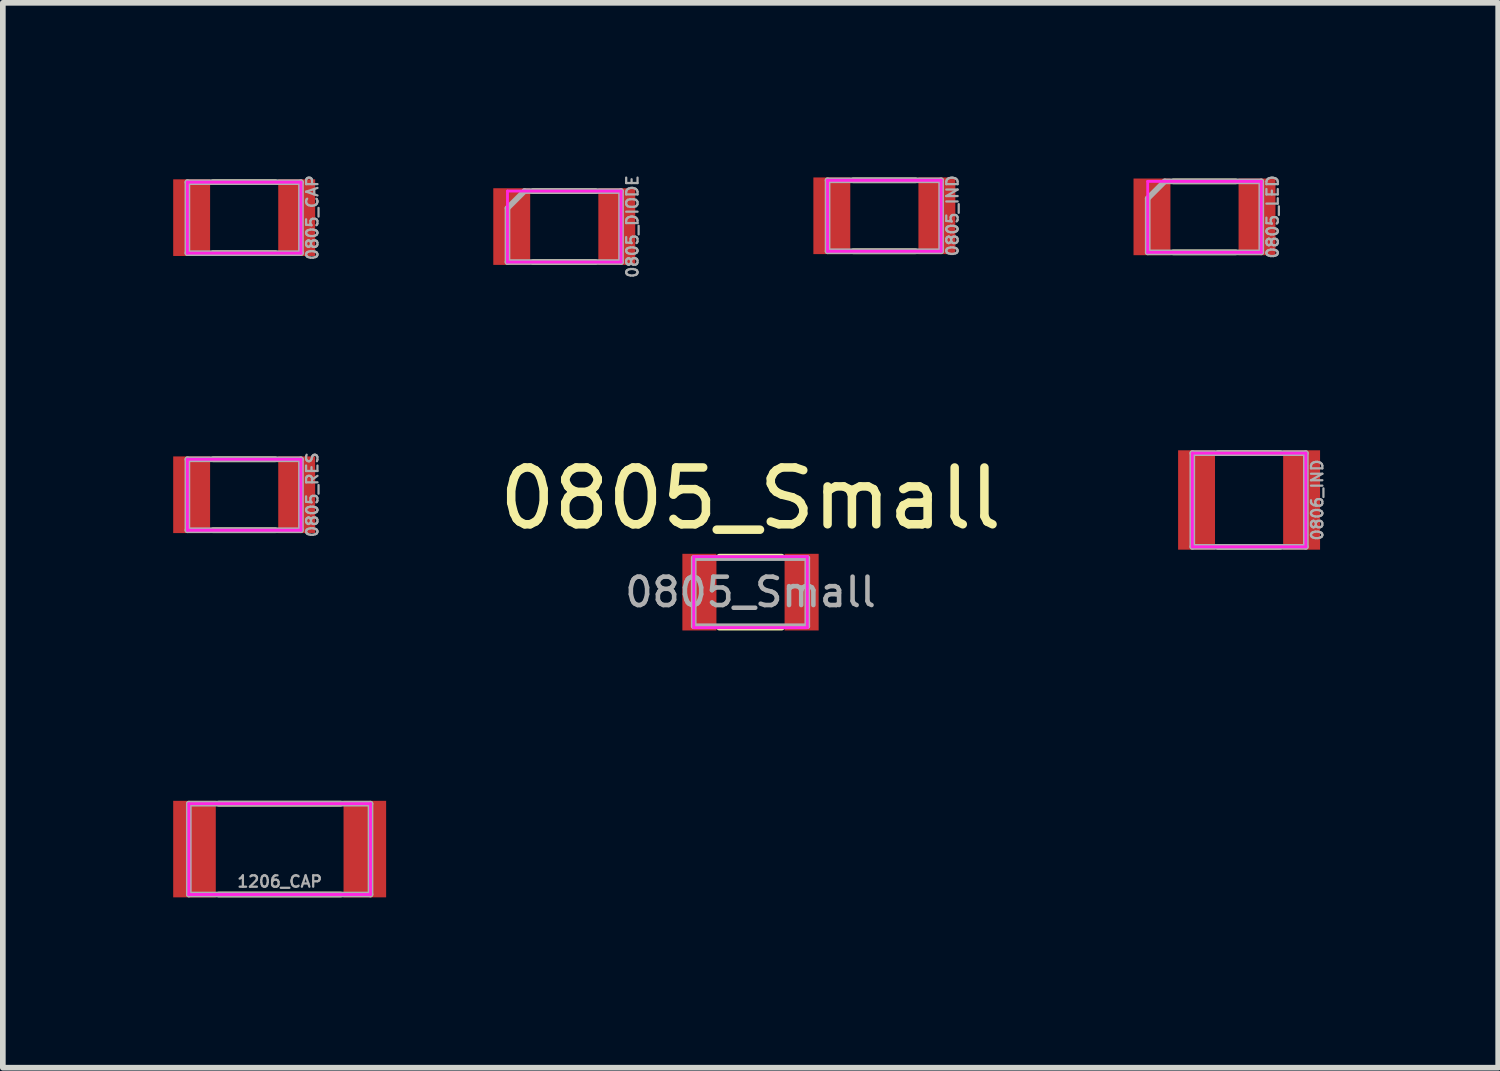
<source format=kicad_pcb>
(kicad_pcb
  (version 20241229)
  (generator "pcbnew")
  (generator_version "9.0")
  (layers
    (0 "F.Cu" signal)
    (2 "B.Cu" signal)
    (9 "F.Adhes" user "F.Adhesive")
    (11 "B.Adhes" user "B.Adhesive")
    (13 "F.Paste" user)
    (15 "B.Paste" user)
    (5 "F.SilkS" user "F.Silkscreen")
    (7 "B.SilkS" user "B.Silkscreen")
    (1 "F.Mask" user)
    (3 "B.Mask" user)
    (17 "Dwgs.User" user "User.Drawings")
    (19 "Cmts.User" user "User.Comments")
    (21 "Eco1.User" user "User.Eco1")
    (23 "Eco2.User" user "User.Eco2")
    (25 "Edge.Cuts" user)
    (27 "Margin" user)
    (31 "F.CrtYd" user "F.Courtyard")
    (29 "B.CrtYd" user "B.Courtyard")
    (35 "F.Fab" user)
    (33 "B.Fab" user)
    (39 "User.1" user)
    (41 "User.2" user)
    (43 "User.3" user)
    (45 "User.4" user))
  (footprint "0805_Small"
    (layer "F.Cu")
    (at 10.167 7.378)
    (property "Reference" "0805_Small" (at 0 -1.65 0) (layer "F.SilkS") (effects (font (size 1 1) (thickness 0.15))))
    (attr smd)
    (fp_line (start -0.55 -0.625) (end 0.55 -0.625) (stroke (width 0.1) (type solid)) (layer "F.SilkS"))
    (fp_line (start 0.55 0.625) (end -0.55 0.625) (stroke (width 0.1) (type solid)) (layer "F.SilkS"))
    (fp_line (start -1 -0.625) (end 1 -0.625) (stroke (width 0.05) (type solid)) (layer "F.CrtYd"))
    (fp_line (start -1 0.625) (end -1 -0.625) (stroke (width 0.05) (type solid)) (layer "F.CrtYd"))
    (fp_line (start 1 -0.625) (end 1 0.625) (stroke (width 0.05) (type solid)) (layer "F.CrtYd"))
    (fp_line (start 1 0.625) (end -1 0.625) (stroke (width 0.05) (type solid)) (layer "F.CrtYd"))
    (fp_line (start -1 -0.6) (end 1 -0.6) (stroke (width 0.1) (type solid)) (layer "F.Fab"))
    (fp_line (start -1 0.6) (end -1 -0.6) (stroke (width 0.1) (type solid)) (layer "F.Fab"))
    (fp_line (start 1 -0.6) (end 1 0.6) (stroke (width 0.1) (type solid)) (layer "F.Fab"))
    (fp_line (start 1 0.6) (end -1 0.6) (stroke (width 0.1) (type solid)) (layer "F.Fab"))
    (fp_text user "${REFERENCE}" (at 0 0 0) (layer "F.Fab") (effects (font (size 0.5 0.5) (thickness 0.08))))
    (pad "1" smd rect (at -0.9 0) (size 0.6 1.35) (layers "F.Cu" "F.Mask" "F.Paste"))
    (pad "2" smd rect (at 0.9 0) (size 0.6 1.35) (layers "F.Cu" "F.Mask" "F.Paste")))
  (footprint "0805_CAP"
    (layer "F.Cu")
    (at 1.25 0.783)
    (property "Reference" "0805_CAP" (at 1.2 0 90) (layer "F.Fab") (effects (font (size 0.2 0.2) (thickness 0.04))))
    (attr smd)
    (fp_line (start -0.55 -0.625) (end 0.55 -0.625) (stroke (width 0.1) (type solid)) (layer "F.SilkS"))
    (fp_line (start 0.55 0.625) (end -0.55 0.625) (stroke (width 0.1) (type solid)) (layer "F.SilkS"))
    (fp_line (start -1 -0.625) (end 1 -0.625) (stroke (width 0.05) (type solid)) (layer "F.CrtYd"))
    (fp_line (start -1 0.625) (end -1 -0.625) (stroke (width 0.05) (type solid)) (layer "F.CrtYd"))
    (fp_line (start 1 -0.625) (end 1 0.625) (stroke (width 0.05) (type solid)) (layer "F.CrtYd"))
    (fp_line (start 1 0.625) (end -1 0.625) (stroke (width 0.05) (type solid)) (layer "F.CrtYd"))
    (fp_line (start -1 -0.625) (end 1 -0.625) (stroke (width 0.1) (type solid)) (layer "F.Fab"))
    (fp_line (start -1 0.625) (end -1 -0.625) (stroke (width 0.1) (type solid)) (layer "F.Fab"))
    (fp_line (start 1 -0.625) (end 1 0.625) (stroke (width 0.1) (type solid)) (layer "F.Fab"))
    (fp_line (start 1 0.625) (end -1 0.625) (stroke (width 0.1) (type solid)) (layer "F.Fab"))
    (pad "1" smd rect (at -0.925 0) (size 0.65 1.35) (layers "F.Cu" "F.Mask" "F.Paste"))
    (pad "2" smd rect (at 0.925 0) (size 0.65 1.35) (layers "F.Cu" "F.Mask" "F.Paste")))
  (footprint "0805_RES"
    (layer "F.Cu")
    (at 1.25 5.663)
    (property "Reference" "0805_RES" (at 1.2 0 90) (layer "F.Fab") (effects (font (size 0.2 0.2) (thickness 0.04))))
    (attr smd)
    (fp_line (start -0.55 -0.625) (end 0.55 -0.625) (stroke (width 0.1) (type solid)) (layer "F.SilkS"))
    (fp_line (start 0.55 0.625) (end -0.55 0.625) (stroke (width 0.1) (type solid)) (layer "F.SilkS"))
    (fp_line (start -1 -0.625) (end 1 -0.625) (stroke (width 0.05) (type solid)) (layer "F.CrtYd"))
    (fp_line (start -1 0.625) (end -1 -0.625) (stroke (width 0.05) (type solid)) (layer "F.CrtYd"))
    (fp_line (start 1 -0.625) (end 1 0.625) (stroke (width 0.05) (type solid)) (layer "F.CrtYd"))
    (fp_line (start 1 0.625) (end -1 0.625) (stroke (width 0.05) (type solid)) (layer "F.CrtYd"))
    (fp_line (start -1 -0.625) (end 1 -0.625) (stroke (width 0.1) (type solid)) (layer "F.Fab"))
    (fp_line (start -1 0.625) (end -1 -0.625) (stroke (width 0.1) (type solid)) (layer "F.Fab"))
    (fp_line (start 1 -0.625) (end 1 0.625) (stroke (width 0.1) (type solid)) (layer "F.Fab"))
    (fp_line (start 1 0.625) (end -1 0.625) (stroke (width 0.1) (type solid)) (layer "F.Fab"))
    (pad "1" smd rect (at -0.925 0) (size 0.65 1.35) (layers "F.Cu" "F.Mask" "F.Paste"))
    (pad "2" smd rect (at 0.925 0) (size 0.65 1.35) (layers "F.Cu" "F.Mask" "F.Paste")))
  (footprint "0805_IND"
    (layer "F.Cu")
    (at 12.524 0.75)
    (property "Reference" "0805_IND" (at 1.2 0 90) (layer "F.Fab") (effects (font (size 0.2 0.2) (thickness 0.04))))
    (attr smd)
    (fp_line (start -0.55 -0.625) (end 0.55 -0.625) (stroke (width 0.1) (type solid)) (layer "F.SilkS"))
    (fp_line (start 0.55 0.625) (end -0.55 0.625) (stroke (width 0.1) (type solid)) (layer "F.SilkS"))
    (fp_line (start -1 -0.625) (end 1 -0.625) (stroke (width 0.05) (type solid)) (layer "F.CrtYd"))
    (fp_line (start -1 0.625) (end -1 -0.625) (stroke (width 0.05) (type solid)) (layer "F.CrtYd"))
    (fp_line (start 1 -0.625) (end 1 0.625) (stroke (width 0.05) (type solid)) (layer "F.CrtYd"))
    (fp_line (start 1 0.625) (end -1 0.625) (stroke (width 0.05) (type solid)) (layer "F.CrtYd"))
    (fp_line (start -1 -0.625) (end 1 -0.625) (stroke (width 0.1) (type solid)) (layer "F.Fab"))
    (fp_line (start -1 0.625) (end -1 -0.625) (stroke (width 0.1) (type solid)) (layer "F.Fab"))
    (fp_line (start 1 -0.625) (end 1 0.625) (stroke (width 0.1) (type solid)) (layer "F.Fab"))
    (fp_line (start 1 0.625) (end -1 0.625) (stroke (width 0.1) (type solid)) (layer "F.Fab"))
    (pad "1" smd rect (at -0.925 0) (size 0.65 1.35) (layers "F.Cu" "F.Mask" "F.Paste"))
    (pad "2" smd rect (at 0.925 0) (size 0.65 1.35) (layers "F.Cu" "F.Mask" "F.Paste")))
  (footprint "0806_IND"
    (layer "F.Cu")
    (at 18.947 5.755)
    (property "Reference" "0806_IND" (at 1.2 0 90) (layer "F.Fab") (effects (font (size 0.2 0.2) (thickness 0.04))))
    (attr smd)
    (fp_line (start -0.55 -0.825) (end 0.55 -0.825) (stroke (width 0.1) (type solid)) (layer "F.SilkS"))
    (fp_line (start 0.55 0.825) (end -0.55 0.825) (stroke (width 0.1) (type solid)) (layer "F.SilkS"))
    (fp_line (start -1 -0.825) (end 1 -0.825) (stroke (width 0.05) (type solid)) (layer "F.CrtYd"))
    (fp_line (start -1 0.825) (end -1 -0.825) (stroke (width 0.05) (type solid)) (layer "F.CrtYd"))
    (fp_line (start 1 -0.825) (end 1 0.825) (stroke (width 0.05) (type solid)) (layer "F.CrtYd"))
    (fp_line (start 1 0.825) (end -1 0.825) (stroke (width 0.05) (type solid)) (layer "F.CrtYd"))
    (fp_line (start -1 -0.825) (end 1 -0.825) (stroke (width 0.1) (type solid)) (layer "F.Fab"))
    (fp_line (start -1 0.825) (end -1 -0.825) (stroke (width 0.1) (type solid)) (layer "F.Fab"))
    (fp_line (start 1 -0.825) (end 1 0.825) (stroke (width 0.1) (type solid)) (layer "F.Fab"))
    (fp_line (start 1 0.825) (end -1 0.825) (stroke (width 0.1) (type solid)) (layer "F.Fab"))
    (pad "1" smd rect (at -0.925 0) (size 0.65 1.75) (layers "F.Cu" "F.Mask" "F.Paste"))
    (pad "2" smd rect (at 0.925 0) (size 0.65 1.75) (layers "F.Cu" "F.Mask" "F.Paste")))
  (footprint "0805_LED"
    (layer "F.Cu")
    (at 18.162 0.769)
    (property "Reference" "0805_LED" (at 1.2 0 90) (layer "F.Fab") (effects (font (size 0.2 0.2) (thickness 0.04))))
    (attr smd)
    (fp_line (start -0.55 -0.625) (end 0.55 -0.625) (stroke (width 0.1) (type solid)) (layer "F.SilkS"))
    (fp_line (start 0.55 0.625) (end -0.55 0.625) (stroke (width 0.1) (type solid)) (layer "F.SilkS"))
    (fp_line (start -1 -0.625) (end 1 -0.625) (stroke (width 0.05) (type solid)) (layer "F.CrtYd"))
    (fp_line (start -1 0.625) (end -1 -0.625) (stroke (width 0.05) (type solid)) (layer "F.CrtYd"))
    (fp_line (start 1 -0.625) (end 1 0.625) (stroke (width 0.05) (type solid)) (layer "F.CrtYd"))
    (fp_line (start 1 0.625) (end -1 0.625) (stroke (width 0.05) (type solid)) (layer "F.CrtYd"))
    (fp_line (start -1 -0.325) (end -0.7 -0.625) (stroke (width 0.1) (type solid)) (layer "F.Fab"))
    (fp_line (start -1 0.625) (end -1 -0.325) (stroke (width 0.1) (type solid)) (layer "F.Fab"))
    (fp_line (start -0.7 -0.625) (end 1 -0.625) (stroke (width 0.1) (type solid)) (layer "F.Fab"))
    (fp_line (start 1 -0.625) (end 1 0.625) (stroke (width 0.1) (type solid)) (layer "F.Fab"))
    (fp_line (start 1 0.625) (end -1 0.625) (stroke (width 0.1) (type solid)) (layer "F.Fab"))
    (pad "1" smd rect (at -0.925 0) (size 0.65 1.35) (layers "F.Cu" "F.Mask" "F.Paste"))
    (pad "2" smd rect (at 0.925 0) (size 0.65 1.35) (layers "F.Cu" "F.Mask" "F.Paste")))
  (footprint "1206_CAP"
    (layer "F.Cu")
    (at 1.875 11.903)
    (property "Reference" "1206_CAP" (at 0 0.572 180) (layer "F.Fab") (effects (font (size 0.2 0.2) (thickness 0.04))))
    (attr smd)
    (fp_line (start -1.075 -0.8) (end 1.075 -0.8) (stroke (width 0.1) (type solid)) (layer "F.SilkS"))
    (fp_line (start 1.075 0.8) (end -1.075 0.8) (stroke (width 0.1) (type solid)) (layer "F.SilkS"))
    (fp_line (start -1.6 -0.8) (end 1.6 -0.8) (stroke (width 0.05) (type solid)) (layer "F.CrtYd"))
    (fp_line (start -1.6 0.8) (end -1.6 -0.8) (stroke (width 0.05) (type solid)) (layer "F.CrtYd"))
    (fp_line (start 1.6 -0.8) (end 1.6 0.8) (stroke (width 0.05) (type solid)) (layer "F.CrtYd"))
    (fp_line (start 1.6 0.8) (end -1.6 0.8) (stroke (width 0.05) (type solid)) (layer "F.CrtYd"))
    (fp_line (start -1.6 -0.8) (end 1.6 -0.8) (stroke (width 0.1) (type solid)) (layer "F.Fab"))
    (fp_line (start -1.6 0.8) (end -1.6 -0.8) (stroke (width 0.1) (type solid)) (layer "F.Fab"))
    (fp_line (start 1.6 -0.8) (end 1.6 0.8) (stroke (width 0.1) (type solid)) (layer "F.Fab"))
    (fp_line (start 1.6 0.8) (end -1.6 0.8) (stroke (width 0.1) (type solid)) (layer "F.Fab"))
    (pad "1" smd rect (at -1.5 0) (size 0.75 1.7) (layers "F.Cu" "F.Mask" "F.Paste"))
    (pad "2" smd rect (at 1.5 0) (size 0.75 1.7) (layers "F.Cu" "F.Mask" "F.Paste")))
  (footprint "0805_DIODE"
    (layer "F.Cu")
    (at 6.887 0.94)
    (property "Reference" "0805_DIODE" (at 1.2 0 90) (layer "F.Fab") (effects (font (size 0.2 0.2) (thickness 0.04))))
    (attr smd)
    (fp_line (start -0.55 -0.625) (end 0.55 -0.625) (stroke (width 0.1) (type solid)) (layer "F.SilkS"))
    (fp_line (start 0.55 0.625) (end -0.55 0.625) (stroke (width 0.1) (type solid)) (layer "F.SilkS"))
    (fp_line (start -1 -0.625) (end 1 -0.625) (stroke (width 0.05) (type solid)) (layer "F.CrtYd"))
    (fp_line (start -1 0.625) (end -1 -0.625) (stroke (width 0.05) (type solid)) (layer "F.CrtYd"))
    (fp_line (start 1 -0.625) (end 1 0.625) (stroke (width 0.05) (type solid)) (layer "F.CrtYd"))
    (fp_line (start 1 0.625) (end -1 0.625) (stroke (width 0.05) (type solid)) (layer "F.CrtYd"))
    (fp_line (start -1 -0.325) (end -0.7 -0.625) (stroke (width 0.1) (type solid)) (layer "F.Fab"))
    (fp_line (start -1 0.625) (end -1 -0.325) (stroke (width 0.1) (type solid)) (layer "F.Fab"))
    (fp_line (start -0.7 -0.625) (end 1 -0.625) (stroke (width 0.1) (type solid)) (layer "F.Fab"))
    (fp_line (start 1 -0.625) (end 1 0.625) (stroke (width 0.1) (type solid)) (layer "F.Fab"))
    (fp_line (start 1 0.625) (end -1 0.625) (stroke (width 0.1) (type solid)) (layer "F.Fab"))
    (pad "1" smd rect (at -0.925 0) (size 0.65 1.35) (layers "F.Cu" "F.Mask" "F.Paste"))
    (pad "2" smd rect (at 0.925 0) (size 0.65 1.35) (layers "F.Cu" "F.Mask" "F.Paste")))
  (gr_rect
    (start -3 -3)
    (end 23.334 15.753)
    (stroke (width 0.1) (type default))
    (fill no)
    (layer "Edge.Cuts")))
</source>
